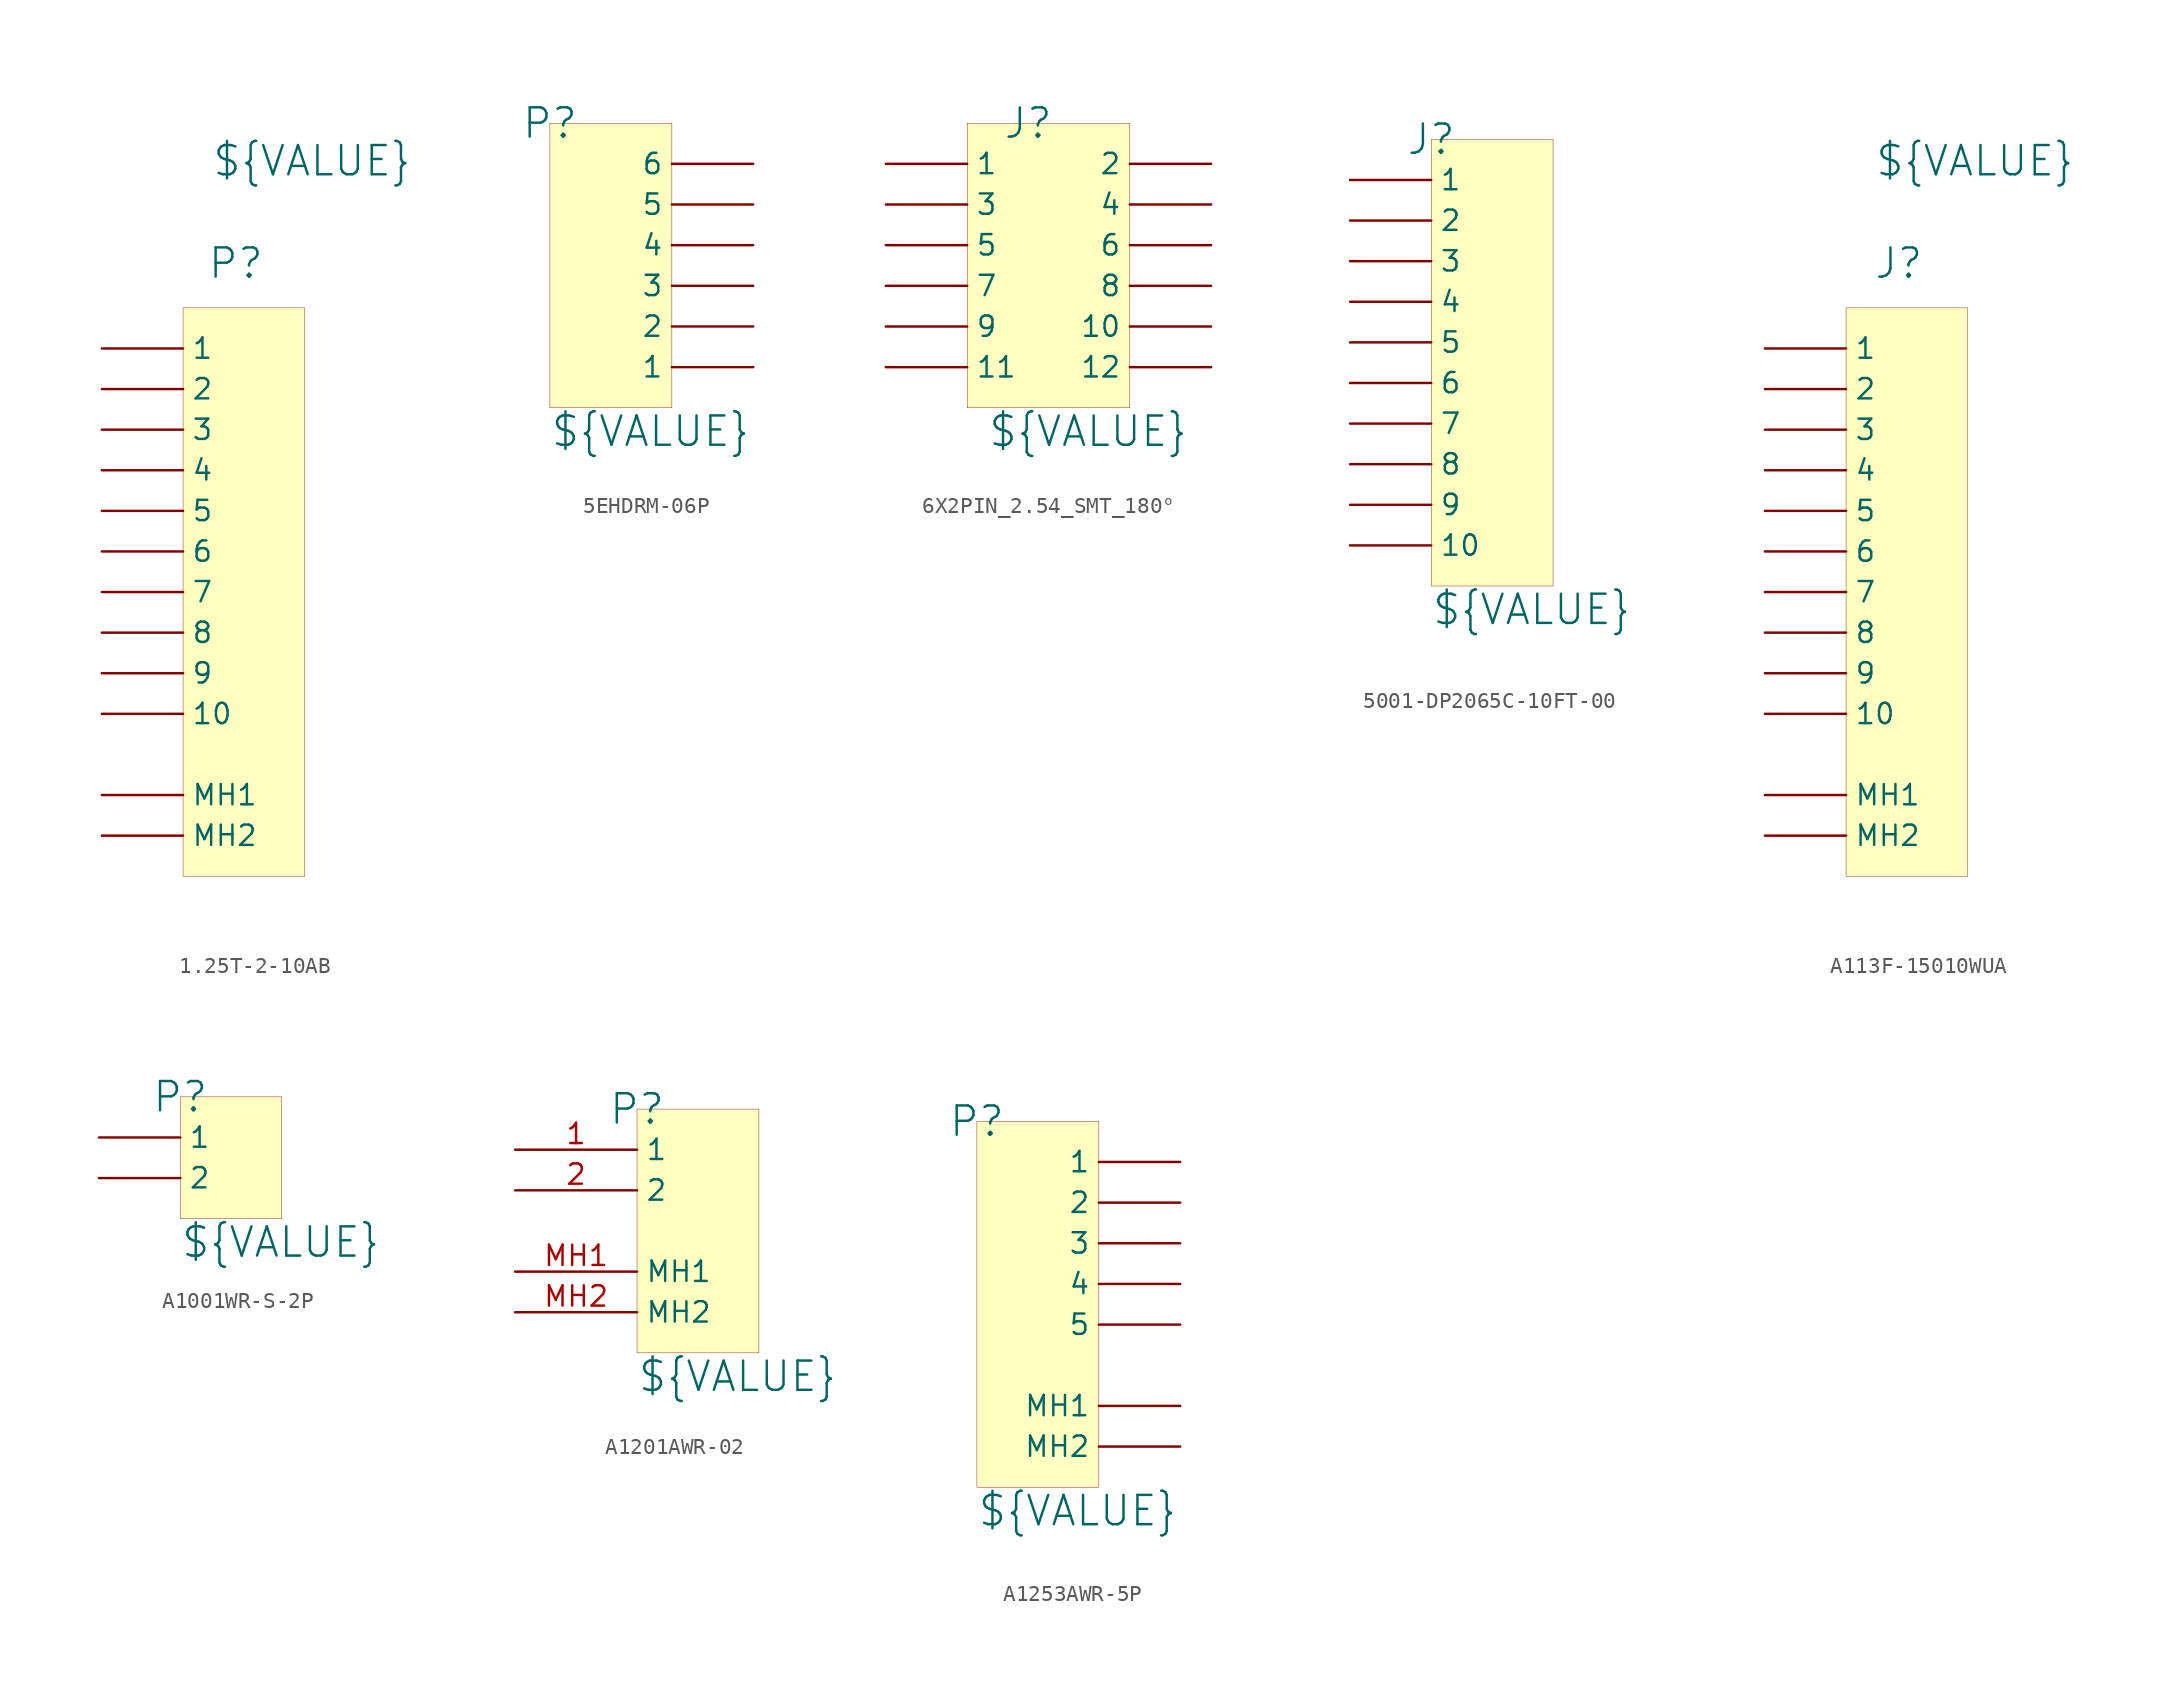
<source format=kicad_sym>
(kicad_symbol_lib
  (version 20241209)
  (generator "kicad_symbol_editor")
  (generator_version "9.0")
  (symbol "1.25T-2-10AB"
    (pin_numbers
      (hide yes))
    (property "Reference" "P"
      (at 3.302 2.794 0)
      (effects (font (size 1.829 1.829))))
    (property "Value" "${VALUE}"
      (at 1.778 8.128 0)
      (effects (font (size 1.829 1.829)) (justify left bottom)))
    (symbol "1.25T-2-10AB_1_0"
      (rectangle (start 7.62 0) (end 0 -35.56) (stroke (width 0.025) (type solid) (color 128 0 0 1)) (fill (type background)))
      (pin passive line (at -5.08 -2.54 0) (length 5.08) (name "1" (effects (font (size 1.27 1.27)))) (number "1" (effects (font (size 1.27 1.27)))))
      (pin passive line (at -5.08 -5.08 0) (length 5.08) (name "2" (effects (font (size 1.27 1.27)))) (number "2" (effects (font (size 1.27 1.27)))))
      (pin passive line (at -5.08 -7.62 0) (length 5.08) (name "3" (effects (font (size 1.27 1.27)))) (number "3" (effects (font (size 1.27 1.27)))))
      (pin passive line (at -5.08 -10.16 0) (length 5.08) (name "4" (effects (font (size 1.27 1.27)))) (number "4" (effects (font (size 1.27 1.27)))))
      (pin passive line (at -5.08 -12.7 0) (length 5.08) (name "5" (effects (font (size 1.27 1.27)))) (number "5" (effects (font (size 1.27 1.27)))))
      (pin passive line (at -5.08 -15.24 0) (length 5.08) (name "6" (effects (font (size 1.27 1.27)))) (number "6" (effects (font (size 1.27 1.27)))))
      (pin passive line (at -5.08 -17.78 0) (length 5.08) (name "7" (effects (font (size 1.27 1.27)))) (number "7" (effects (font (size 1.27 1.27)))))
      (pin passive line (at -5.08 -20.32 0) (length 5.08) (name "8" (effects (font (size 1.27 1.27)))) (number "8" (effects (font (size 1.27 1.27)))))
      (pin passive line (at -5.08 -22.86 0) (length 5.08) (name "9" (effects (font (size 1.27 1.27)))) (number "9" (effects (font (size 1.27 1.27)))))
      (pin passive line (at -5.08 -25.4 0) (length 5.08) (name "10" (effects (font (size 1.27 1.27)))) (number "10" (effects (font (size 1.27 1.27)))))
      (pin passive line (at -5.08 -30.48 0) (length 5.08) (name "MH1" (effects (font (size 1.27 1.27)))) (number "MH1" (effects (font (size 1.27 1.27)))))
      (pin passive line (at -5.08 -33.02 0) (length 5.08) (name "MH2" (effects (font (size 1.27 1.27)))) (number "MH2" (effects (font (size 1.27 1.27)))))))
  (symbol "5EHDRM-06P"
    (pin_numbers
      (hide yes))
    (property "Reference" "P"
      (at 0 17.78 0)
      (effects (font (size 1.829 1.829))))
    (property "Value" "${VALUE}"
      (at 0 -2.54 0)
      (effects (font (size 1.829 1.829)) (justify left bottom)))
    (symbol "5EHDRM-06P_1_0"
      (rectangle (start 7.62 17.78) (end 0 0) (stroke (width 0.025) (type solid) (color 128 0 0 1)) (fill (type background)))
      (pin passive line (at 12.7 15.24 180) (length 5.08) (name "6" (effects (font (size 1.27 1.27)))) (number "6" (effects (font (size 1.27 1.27)))))
      (pin passive line (at 12.7 12.7 180) (length 5.08) (name "5" (effects (font (size 1.27 1.27)))) (number "5" (effects (font (size 1.27 1.27)))))
      (pin passive line (at 12.7 10.16 180) (length 5.08) (name "4" (effects (font (size 1.27 1.27)))) (number "4" (effects (font (size 1.27 1.27)))))
      (pin passive line (at 12.7 7.62 180) (length 5.08) (name "3" (effects (font (size 1.27 1.27)))) (number "3" (effects (font (size 1.27 1.27)))))
      (pin passive line (at 12.7 5.08 180) (length 5.08) (name "2" (effects (font (size 1.27 1.27)))) (number "2" (effects (font (size 1.27 1.27)))))
      (pin passive line (at 12.7 2.54 180) (length 5.08) (name "1" (effects (font (size 1.27 1.27)))) (number "1" (effects (font (size 1.27 1.27)))))))
  (symbol "6X2PIN_2.54_SMT_180°"
    (pin_numbers
      (hide yes))
    (property "Reference" "J"
      (at -1.27 10.16 0)
      (effects (font (size 1.829 1.829))))
    (property "Value" "${VALUE}"
      (at -3.81 -10.16 0)
      (effects (font (size 1.829 1.829)) (justify left bottom)))
    (symbol "6X2PIN_2.54_SMT_180°_1_0"
      (rectangle (start 5.08 10.16) (end -5.08 -7.62) (stroke (width 0.025) (type solid) (color 128 0 0 1)) (fill (type background)))
      (pin passive line (at -10.16 7.62 0) (length 5.08) (name "1" (effects (font (size 1.27 1.27)))) (number "1" (effects (font (size 1.27 1.27)))))
      (pin passive line (at -10.16 5.08 0) (length 5.08) (name "3" (effects (font (size 1.27 1.27)))) (number "3" (effects (font (size 1.27 1.27)))))
      (pin passive line (at -10.16 2.54 0) (length 5.08) (name "5" (effects (font (size 1.27 1.27)))) (number "5" (effects (font (size 1.27 1.27)))))
      (pin passive line (at -10.16 0 0) (length 5.08) (name "7" (effects (font (size 1.27 1.27)))) (number "7" (effects (font (size 1.27 1.27)))))
      (pin passive line (at -10.16 -2.54 0) (length 5.08) (name "9" (effects (font (size 1.27 1.27)))) (number "9" (effects (font (size 1.27 1.27)))))
      (pin passive line (at -10.16 -5.08 0) (length 5.08) (name "11" (effects (font (size 1.27 1.27)))) (number "11" (effects (font (size 1.27 1.27)))))
      (pin passive line (at 10.16 7.62 180) (length 5.08) (name "2" (effects (font (size 1.27 1.27)))) (number "2" (effects (font (size 1.27 1.27)))))
      (pin passive line (at 10.16 5.08 180) (length 5.08) (name "4" (effects (font (size 1.27 1.27)))) (number "4" (effects (font (size 1.27 1.27)))))
      (pin passive line (at 10.16 2.54 180) (length 5.08) (name "6" (effects (font (size 1.27 1.27)))) (number "6" (effects (font (size 1.27 1.27)))))
      (pin passive line (at 10.16 0 180) (length 5.08) (name "8" (effects (font (size 1.27 1.27)))) (number "8" (effects (font (size 1.27 1.27)))))
      (pin passive line (at 10.16 -2.54 180) (length 5.08) (name "10" (effects (font (size 1.27 1.27)))) (number "10" (effects (font (size 1.27 1.27)))))
      (pin passive line (at 10.16 -5.08 180) (length 5.08) (name "12" (effects (font (size 1.27 1.27)))) (number "12" (effects (font (size 1.27 1.27)))))))
  (symbol "5001-DP2065C-10FT-00"
    (pin_numbers
      (hide yes))
    (property "Reference" "J"
      (at 0 0 0)
      (effects (font (size 1.829 1.829))))
    (property "Value" "${VALUE}"
      (at 0 -30.48 0)
      (effects (font (size 1.829 1.829)) (justify left bottom)))
    (symbol "5001-DP2065C-10FT-00_1_0"
      (rectangle (start 7.62 0) (end 0 -27.94) (stroke (width 0.025) (type solid) (color 128 0 0 1)) (fill (type background)))
      (pin passive line (at -5.08 -2.54 0) (length 5.08) (name "1" (effects (font (size 1.27 1.27)))) (number "1" (effects (font (size 1.27 1.27)))))
      (pin passive line (at -5.08 -5.08 0) (length 5.08) (name "2" (effects (font (size 1.27 1.27)))) (number "2" (effects (font (size 1.27 1.27)))))
      (pin passive line (at -5.08 -7.62 0) (length 5.08) (name "3" (effects (font (size 1.27 1.27)))) (number "3" (effects (font (size 1.27 1.27)))))
      (pin passive line (at -5.08 -10.16 0) (length 5.08) (name "4" (effects (font (size 1.27 1.27)))) (number "4" (effects (font (size 1.27 1.27)))))
      (pin passive line (at -5.08 -12.7 0) (length 5.08) (name "5" (effects (font (size 1.27 1.27)))) (number "5" (effects (font (size 1.27 1.27)))))
      (pin passive line (at -5.08 -15.24 0) (length 5.08) (name "6" (effects (font (size 1.27 1.27)))) (number "6" (effects (font (size 1.27 1.27)))))
      (pin passive line (at -5.08 -17.78 0) (length 5.08) (name "7" (effects (font (size 1.27 1.27)))) (number "7" (effects (font (size 1.27 1.27)))))
      (pin passive line (at -5.08 -20.32 0) (length 5.08) (name "8" (effects (font (size 1.27 1.27)))) (number "8" (effects (font (size 1.27 1.27)))))
      (pin passive line (at -5.08 -22.86 0) (length 5.08) (name "9" (effects (font (size 1.27 1.27)))) (number "9" (effects (font (size 1.27 1.27)))))
      (pin passive line (at -5.08 -25.4 0) (length 5.08) (name "10" (effects (font (size 1.27 1.27)))) (number "10" (effects (font (size 1.27 1.27)))))))
  (symbol "A113F-15010WUA"
    (pin_numbers
      (hide yes))
    (property "Reference" "J"
      (at 3.302 2.794 0)
      (effects (font (size 1.829 1.829))))
    (property "Value" "${VALUE}"
      (at 1.778 8.128 0)
      (effects (font (size 1.829 1.829)) (justify left bottom)))
    (symbol "A113F-15010WUA_1_0"
      (rectangle (start 7.62 0) (end 0 -35.56) (stroke (width 0.025) (type solid) (color 128 0 0 1)) (fill (type background)))
      (pin passive line (at -5.08 -2.54 0) (length 5.08) (name "1" (effects (font (size 1.27 1.27)))) (number "1" (effects (font (size 1.27 1.27)))))
      (pin passive line (at -5.08 -5.08 0) (length 5.08) (name "2" (effects (font (size 1.27 1.27)))) (number "2" (effects (font (size 1.27 1.27)))))
      (pin passive line (at -5.08 -7.62 0) (length 5.08) (name "3" (effects (font (size 1.27 1.27)))) (number "3" (effects (font (size 1.27 1.27)))))
      (pin passive line (at -5.08 -10.16 0) (length 5.08) (name "4" (effects (font (size 1.27 1.27)))) (number "4" (effects (font (size 1.27 1.27)))))
      (pin passive line (at -5.08 -12.7 0) (length 5.08) (name "5" (effects (font (size 1.27 1.27)))) (number "5" (effects (font (size 1.27 1.27)))))
      (pin passive line (at -5.08 -15.24 0) (length 5.08) (name "6" (effects (font (size 1.27 1.27)))) (number "6" (effects (font (size 1.27 1.27)))))
      (pin passive line (at -5.08 -17.78 0) (length 5.08) (name "7" (effects (font (size 1.27 1.27)))) (number "7" (effects (font (size 1.27 1.27)))))
      (pin passive line (at -5.08 -20.32 0) (length 5.08) (name "8" (effects (font (size 1.27 1.27)))) (number "8" (effects (font (size 1.27 1.27)))))
      (pin passive line (at -5.08 -22.86 0) (length 5.08) (name "9" (effects (font (size 1.27 1.27)))) (number "9" (effects (font (size 1.27 1.27)))))
      (pin passive line (at -5.08 -25.4 0) (length 5.08) (name "10" (effects (font (size 1.27 1.27)))) (number "10" (effects (font (size 1.27 1.27)))))
      (pin passive line (at -5.08 -30.48 0) (length 5.08) (name "MH1" (effects (font (size 1.27 1.27)))) (number "MH1" (effects (font (size 1.27 1.27)))))
      (pin passive line (at -5.08 -33.02 0) (length 5.08) (name "MH2" (effects (font (size 1.27 1.27)))) (number "MH2" (effects (font (size 1.27 1.27)))))))
  (symbol "A1001WR-S-2P"
    (pin_numbers
      (hide yes))
    (property "Reference" "P"
      (at 0 0 0)
      (effects (font (size 1.829 1.829))))
    (property "Value" "${VALUE}"
      (at 0 -10.16 0)
      (effects (font (size 1.829 1.829)) (justify left bottom)))
    (symbol "A1001WR-S-2P_1_0"
      (rectangle (start 6.35 0) (end 0 -7.62) (stroke (width 0.025) (type solid) (color 128 0 0 1)) (fill (type background)))
      (pin passive line (at -5.08 -2.54 0) (length 5.08) (name "1" (effects (font (size 1.27 1.27)))) (number "1" (effects (font (size 1.27 1.27)))))
      (pin passive line (at -5.08 -5.08 0) (length 5.08) (name "2" (effects (font (size 1.27 1.27)))) (number "2" (effects (font (size 1.27 1.27)))))))
  (symbol "A1201AWR-02"
    (property "Reference" "P"
      (at 0 0 0)
      (effects (font (size 1.829 1.829))))
    (property "Value" "${VALUE}"
      (at 0 -17.78 0)
      (effects (font (size 1.829 1.829)) (justify left bottom)))
    (symbol "A1201AWR-02_1_0"
      (rectangle (start 7.62 0) (end 0 -15.24) (stroke (width 0.025) (type solid) (color 128 0 0 1)) (fill (type background)))
      (pin passive line (at -7.62 -2.54 0) (length 7.62) (name "1" (effects (font (size 1.27 1.27)))) (number "1" (effects (font (size 1.27 1.27)))))
      (pin passive line (at -7.62 -5.08 0) (length 7.62) (name "2" (effects (font (size 1.27 1.27)))) (number "2" (effects (font (size 1.27 1.27)))))
      (pin passive line (at -7.62 -10.16 0) (length 7.62) (name "MH1" (effects (font (size 1.27 1.27)))) (number "MH1" (effects (font (size 1.27 1.27)))))
      (pin passive line (at -7.62 -12.7 0) (length 7.62) (name "MH2" (effects (font (size 1.27 1.27)))) (number "MH2" (effects (font (size 1.27 1.27)))))))
  (symbol "A1253AWR-5P"
    (pin_numbers
      (hide yes))
    (property "Reference" "P"
      (at 0 0 0)
      (effects (font (size 1.829 1.829))))
    (property "Value" "${VALUE}"
      (at 0 -25.4 0)
      (effects (font (size 1.829 1.829)) (justify left bottom)))
    (symbol "A1253AWR-5P_1_0"
      (rectangle (start 7.62 0) (end 0 -22.86) (stroke (width 0.025) (type solid) (color 128 0 0 1)) (fill (type background)))
      (pin passive line (at 12.7 -2.54 180) (length 5.08) (name "1" (effects (font (size 1.27 1.27)))) (number "1" (effects (font (size 1.27 1.27)))))
      (pin passive line (at 12.7 -5.08 180) (length 5.08) (name "2" (effects (font (size 1.27 1.27)))) (number "2" (effects (font (size 1.27 1.27)))))
      (pin passive line (at 12.7 -7.62 180) (length 5.08) (name "3" (effects (font (size 1.27 1.27)))) (number "3" (effects (font (size 1.27 1.27)))))
      (pin passive line (at 12.7 -10.16 180) (length 5.08) (name "4" (effects (font (size 1.27 1.27)))) (number "4" (effects (font (size 1.27 1.27)))))
      (pin passive line (at 12.7 -12.7 180) (length 5.08) (name "5" (effects (font (size 1.27 1.27)))) (number "5" (effects (font (size 1.27 1.27)))))
      (pin passive line (at 12.7 -17.78 180) (length 5.08) (name "MH1" (effects (font (size 1.27 1.27)))) (number "MH1" (effects (font (size 1.27 1.27)))))
      (pin passive line (at 12.7 -20.32 180) (length 5.08) (name "MH2" (effects (font (size 1.27 1.27)))) (number "MH2" (effects (font (size 1.27 1.27))))))))
</source>
